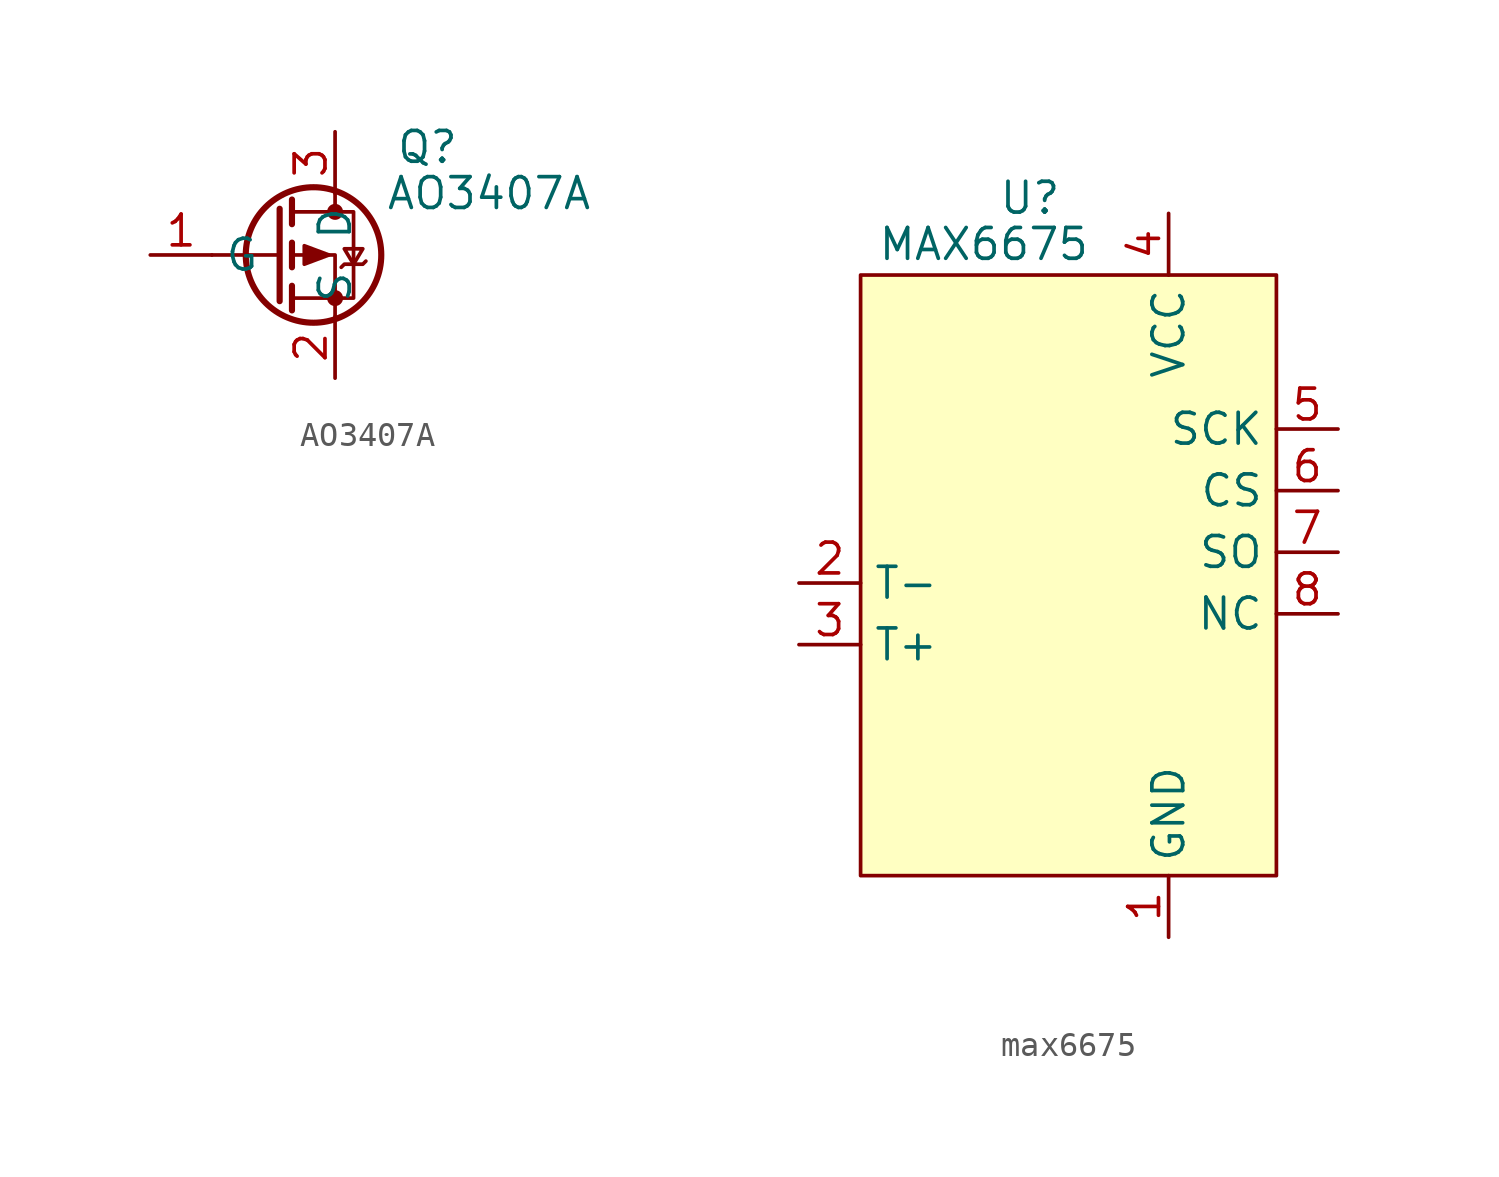
<source format=kicad_sym>
(kicad_symbol_lib
  (version 20231120)
  (generator "kicad_symbol_editor")
  (generator_version "8.0")
  (symbol "AO3407A"
    (property "Reference" "Q"
      (at 0 0 0)
      (effects (font (size 1.27 1.27))))
    (property "Value" "AO3407A"
      (at 2.54 -1.905 0)
      (effects (font (size 1.27 1.27))))
    (symbol "AO3407A_0_1"
      (circle (center -4.699 -4.445) (radius 2.794) (stroke (width 0.254) (type default)) (fill (type none)))
      (circle (center -3.81 -6.223) (radius 0.254) (stroke (width 0) (type default)) (fill (type outline)))
      (circle (center -3.81 -2.667) (radius 0.254) (stroke (width 0) (type default)) (fill (type outline)))
      (polyline (pts (xy -6.096 -4.445) (xy -8.89 -4.445)) (stroke (width 0) (type default)) (fill (type none)))
      (polyline (pts (xy -6.096 -2.54) (xy -6.096 -6.35)) (stroke (width 0.254) (type default)) (fill (type none)))
      (polyline (pts (xy -5.588 -5.715) (xy -5.588 -6.731)) (stroke (width 0.254) (type default)) (fill (type none)))
      (polyline (pts (xy -5.588 -3.937) (xy -5.588 -4.953)) (stroke (width 0.254) (type default)) (fill (type none)))
      (polyline (pts (xy -5.588 -2.159) (xy -5.588 -3.175)) (stroke (width 0.254) (type default)) (fill (type none)))
      (polyline (pts (xy -3.81 -1.905) (xy -3.81 -2.667)) (stroke (width 0) (type default)) (fill (type none)))
      (polyline (pts (xy -3.81 -6.985) (xy -3.81 -4.445) (xy -5.588 -4.445)) (stroke (width 0) (type default)) (fill (type none)))
      (polyline (pts (xy -5.588 -2.667) (xy -3.048 -2.667) (xy -3.048 -6.223) (xy -5.588 -6.223)) (stroke (width 0) (type default)) (fill (type none)))
      (polyline (pts (xy -4.064 -4.445) (xy -5.08 -4.064) (xy -5.08 -4.826) (xy -4.064 -4.445)) (stroke (width 0) (type default)) (fill (type outline)))
      (polyline (pts (xy -3.556 -4.953) (xy -3.429 -4.826) (xy -2.667 -4.826) (xy -2.54 -4.699)) (stroke (width 0) (type default)) (fill (type none)))
      (polyline (pts (xy -3.048 -4.826) (xy -3.429 -4.191) (xy -2.667 -4.191) (xy -3.048 -4.826)) (stroke (width 0) (type default)) (fill (type none))))
    (symbol "AO3407A_1_1"
      (pin input line (at -11.43 -4.445 0) (length 2.54) (name "G" (effects (font (size 1.27 1.27)))) (number "1" (effects (font (size 1.27 1.27)))))
      (pin passive line (at -3.81 -9.525 90) (length 2.54) (name "S" (effects (font (size 1.27 1.27)))) (number "2" (effects (font (size 1.27 1.27)))))
      (pin passive line (at -3.81 0.635 270) (length 2.54) (name "D" (effects (font (size 1.27 1.27)))) (number "3" (effects (font (size 1.27 1.27)))))))
  (symbol "max6675"
    (property "Reference" "U"
      (at 0 1.905 0)
      (effects (font (size 1.27 1.27))))
    (property "Value" "MAX6675"
      (at -1.905 0 0)
      (effects (font (size 1.27 1.27))))
    (symbol "max6675_1_1"
      (rectangle (start -6.985 -1.27) (end 10.16 -26.035) (stroke (width 0) (type default)) (fill (type background)))
      (pin input line (at 5.715 -28.575 90) (length 2.54) (name "GND" (effects (font (size 1.27 1.27)))) (number "1" (effects (font (size 1.27 1.27)))))
      (pin input line (at -9.525 -13.97 0) (length 2.54) (name "T-" (effects (font (size 1.27 1.27)))) (number "2" (effects (font (size 1.27 1.27)))))
      (pin input line (at -9.525 -16.51 0) (length 2.54) (name "T+" (effects (font (size 1.27 1.27)))) (number "3" (effects (font (size 1.27 1.27)))))
      (pin input line (at 5.715 1.27 270) (length 2.54) (name "VCC" (effects (font (size 1.27 1.27)))) (number "4" (effects (font (size 1.27 1.27)))))
      (pin input line (at 12.7 -7.62 180) (length 2.54) (name "SCK" (effects (font (size 1.27 1.27)))) (number "5" (effects (font (size 1.27 1.27)))))
      (pin input line (at 12.7 -10.16 180) (length 2.54) (name "CS" (effects (font (size 1.27 1.27)))) (number "6" (effects (font (size 1.27 1.27)))))
      (pin input line (at 12.7 -12.7 180) (length 2.54) (name "SO" (effects (font (size 1.27 1.27)))) (number "7" (effects (font (size 1.27 1.27)))))
      (pin input line (at 12.7 -15.24 180) (length 2.54) (name "NC" (effects (font (size 1.27 1.27)))) (number "8" (effects (font (size 1.27 1.27))))))))
</source>
